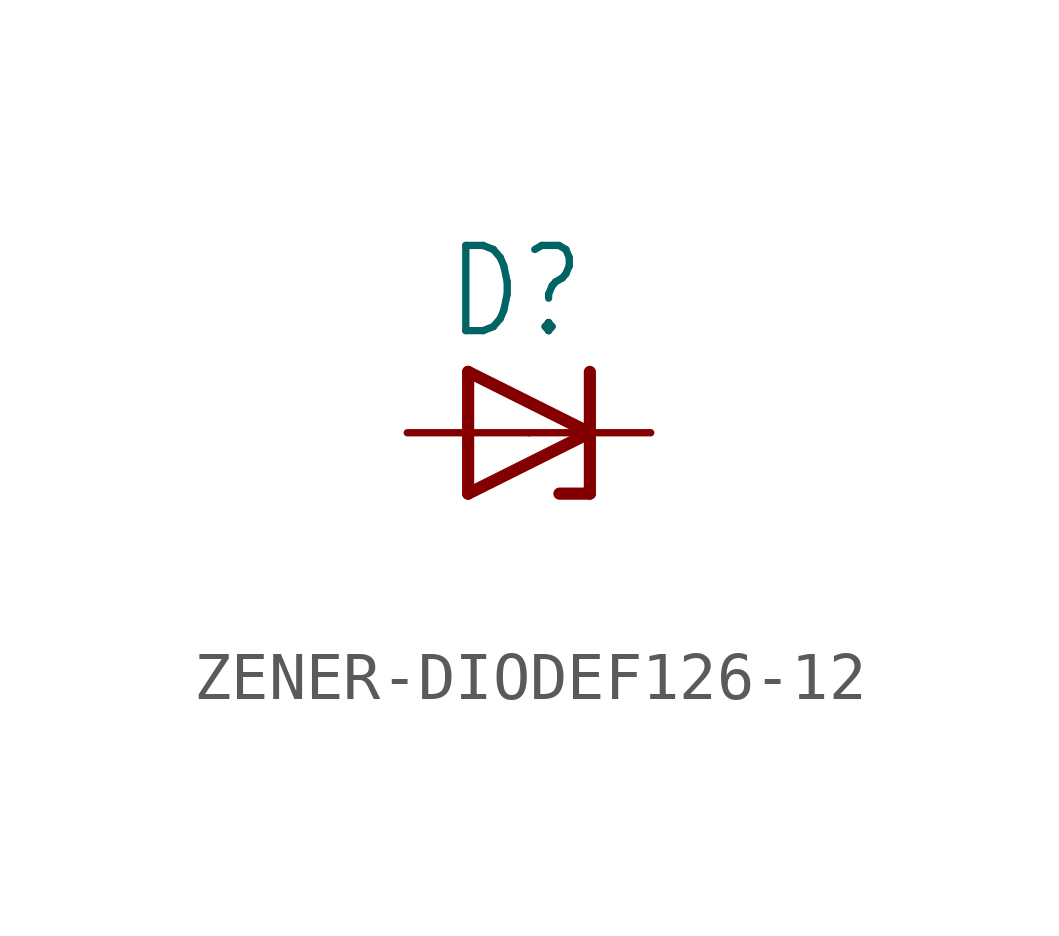
<source format=kicad_sym>
(kicad_symbol_lib
  (version 20231120)
  (generator "kicad_symbol_editor")
  (generator_version "8.0")
  (symbol "ZENER-DIODEF126-12"
    (property "Reference" "D"
      (at -1.778 1.905 0)
      (effects (font (size 1.778 1.511)) (justify left bottom)))
    (property "Value" ""
      (at -1.778 -3.429 0)
      (effects (font (size 1.778 1.511)) (justify left bottom)))
    (property "ki_locked" ""
      (at 0 0 0)
      (effects (font (size 1.27 1.27))))
    (symbol "ZENER-DIODEF126-12_1_0"
      (polyline (pts (xy -1.27 -1.27) (xy 1.27 0)) (stroke (width 0.254) (type solid)) (fill (type none)))
      (polyline (pts (xy -1.27 1.27) (xy -1.27 -1.27)) (stroke (width 0.254) (type solid)) (fill (type none)))
      (polyline (pts (xy 1.27 -1.27) (xy 0.635 -1.27)) (stroke (width 0.254) (type solid)) (fill (type none)))
      (polyline (pts (xy 1.27 0) (xy -1.27 1.27)) (stroke (width 0.254) (type solid)) (fill (type none)))
      (polyline (pts (xy 1.27 0) (xy 1.27 -1.27)) (stroke (width 0.254) (type solid)) (fill (type none)))
      (polyline (pts (xy 1.27 1.27) (xy 1.27 0)) (stroke (width 0.254) (type solid)) (fill (type none)))
      (pin passive line (at -2.54 0 0) (length 2.54) (name "A" (effects (font (size 0 0)))) (number "A" (effects (font (size 0 0)))))
      (pin passive line (at 2.54 0 180) (length 2.54) (name "C" (effects (font (size 0 0)))) (number "C" (effects (font (size 0 0))))))))
</source>
